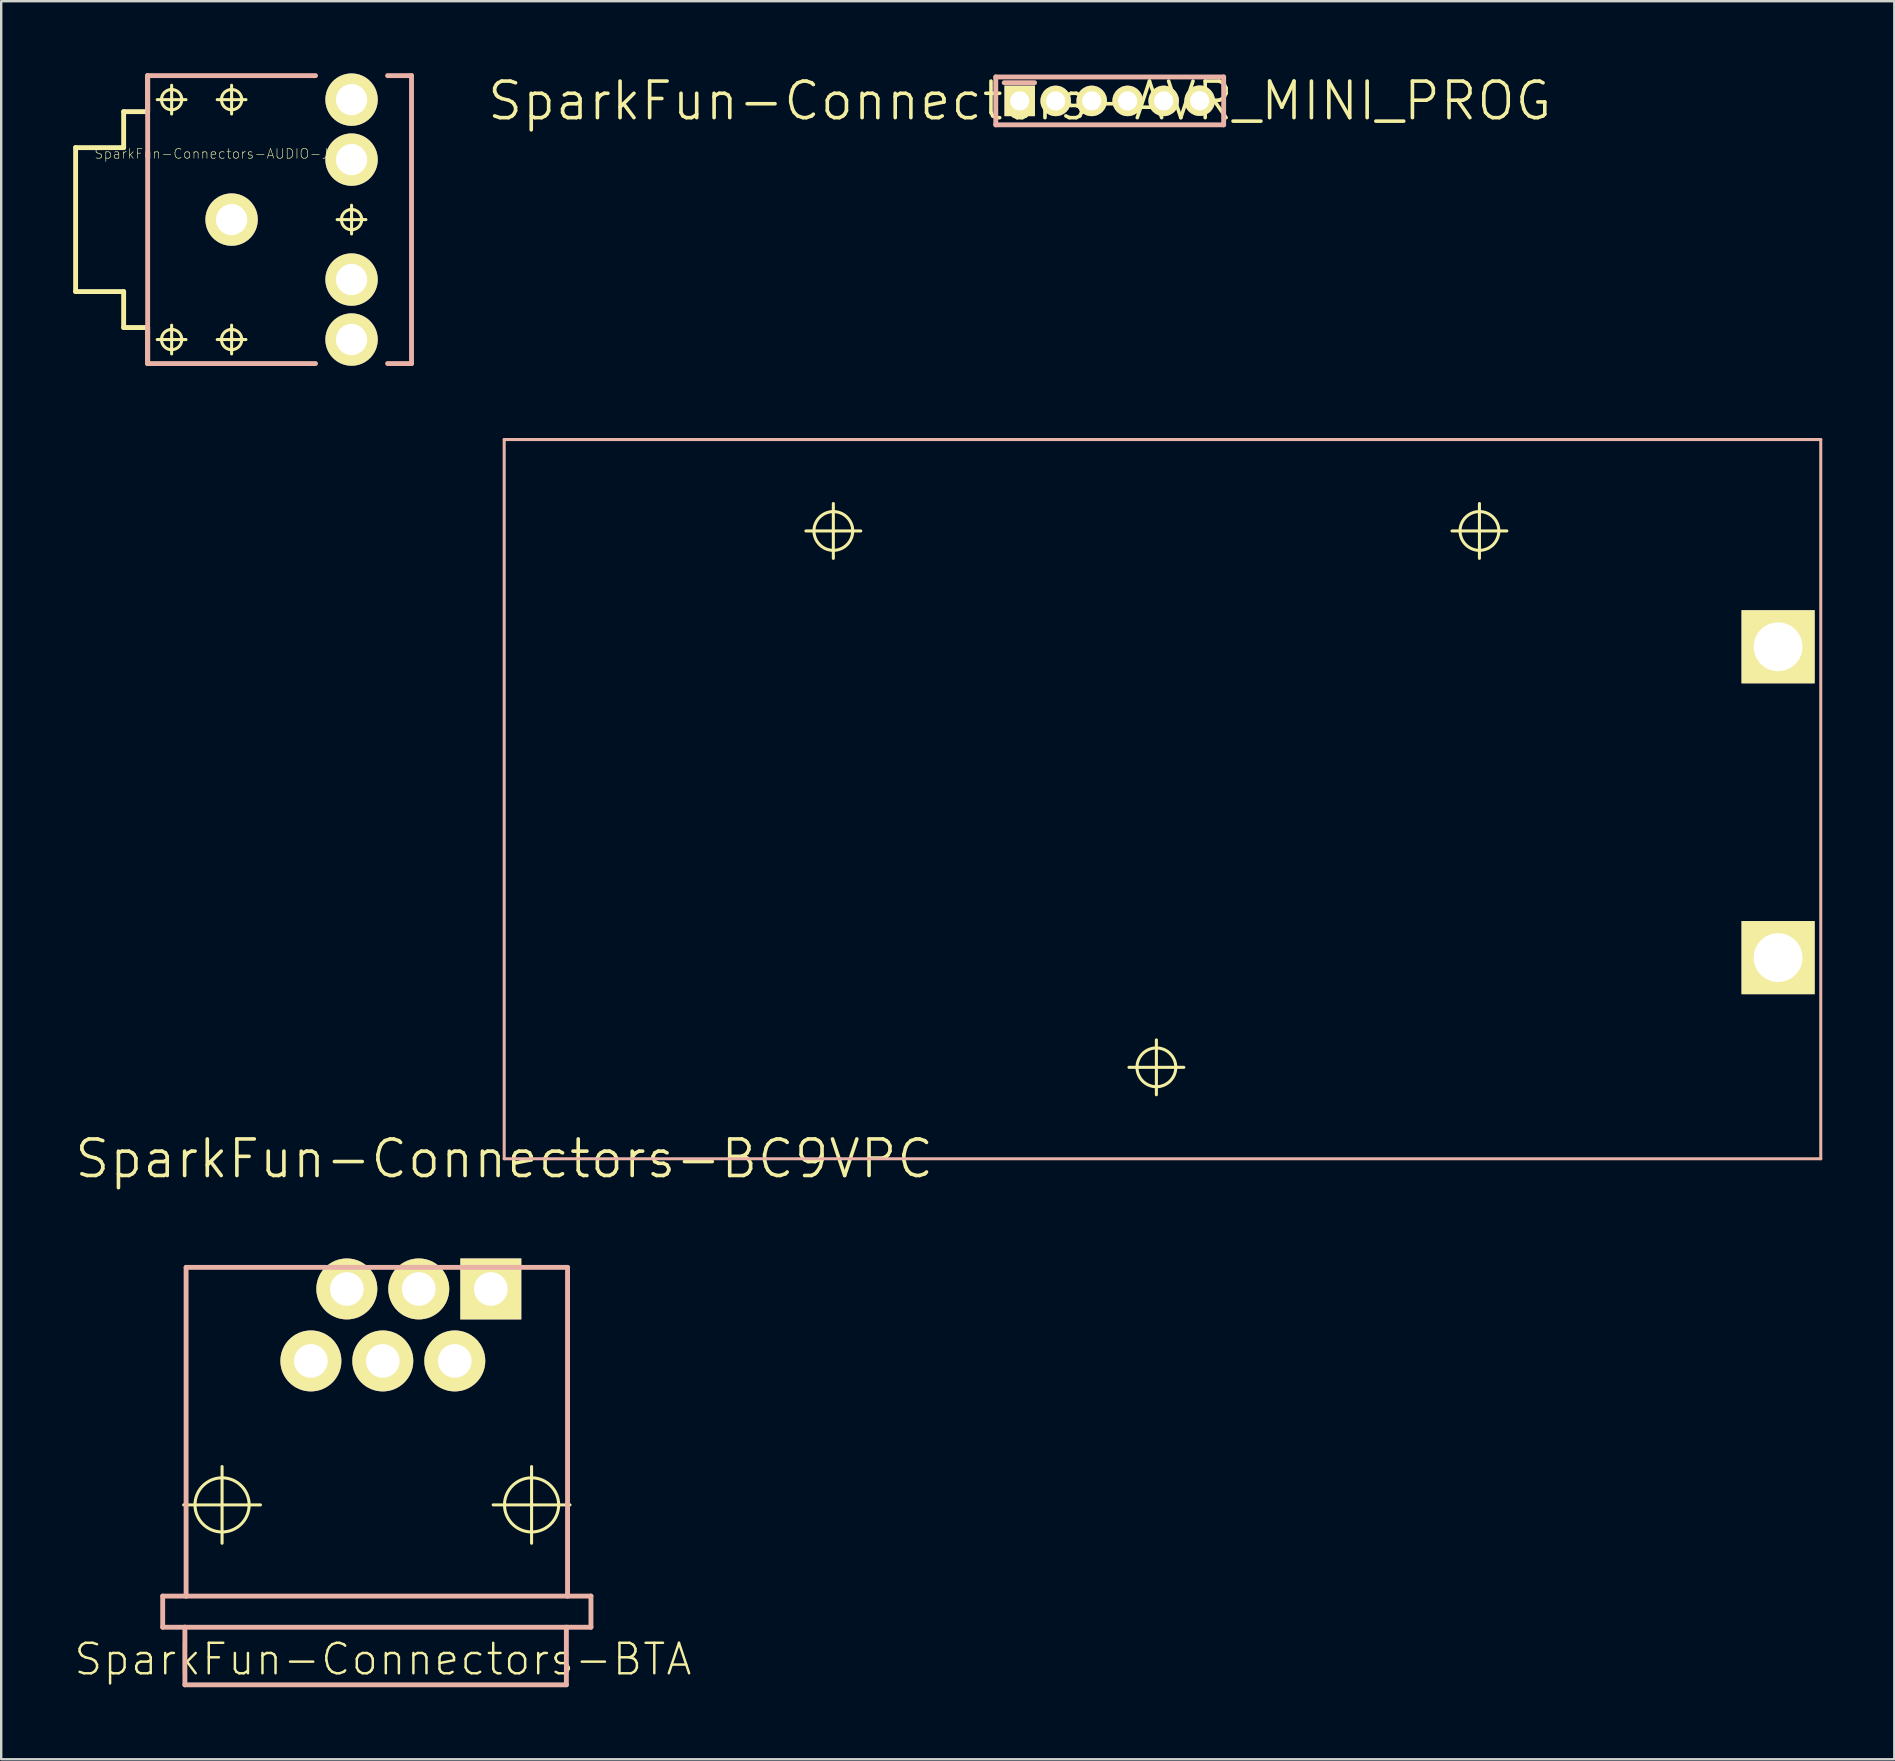
<source format=kicad_pcb>
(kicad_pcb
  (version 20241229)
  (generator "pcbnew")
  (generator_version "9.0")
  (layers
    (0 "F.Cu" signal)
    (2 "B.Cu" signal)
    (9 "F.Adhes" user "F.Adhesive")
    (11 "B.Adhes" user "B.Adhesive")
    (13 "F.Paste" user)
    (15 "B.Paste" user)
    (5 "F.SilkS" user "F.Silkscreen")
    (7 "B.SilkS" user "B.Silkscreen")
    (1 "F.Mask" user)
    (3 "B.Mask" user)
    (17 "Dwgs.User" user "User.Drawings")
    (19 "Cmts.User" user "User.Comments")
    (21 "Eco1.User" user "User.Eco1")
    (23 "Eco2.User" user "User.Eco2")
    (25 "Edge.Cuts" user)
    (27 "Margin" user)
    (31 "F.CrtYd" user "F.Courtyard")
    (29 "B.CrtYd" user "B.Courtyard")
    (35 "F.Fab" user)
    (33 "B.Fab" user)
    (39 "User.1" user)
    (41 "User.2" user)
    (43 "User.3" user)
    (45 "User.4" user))
  (footprint "SparkFun-Connectors-BC9VPC"
    (layer "F.Cu")
    (at 17.961 45.238)
    (property "Reference" "SparkFun-Connectors-BC9VPC" (at 0 0 0) (layer "F.SilkS") (effects (font (size 1.524 1.524) (thickness 0.15))))
    (attr exclude_from_pos_files exclude_from_bom)
    (fp_line (start 12.573 -26.162) (end 14.859 -26.162) (stroke (width 0.127) (type solid)) (layer "F.SilkS"))
    (fp_line (start 13.716 -25.019) (end 13.716 -27.305) (stroke (width 0.127) (type solid)) (layer "F.SilkS"))
    (fp_line (start 26.035 -3.81) (end 28.321 -3.81) (stroke (width 0.127) (type solid)) (layer "F.SilkS"))
    (fp_line (start 27.178 -2.667) (end 27.178 -4.953) (stroke (width 0.127) (type solid)) (layer "F.SilkS"))
    (fp_line (start 39.497 -26.162) (end 41.783 -26.162) (stroke (width 0.127) (type solid)) (layer "F.SilkS"))
    (fp_line (start 40.64 -25.019) (end 40.64 -27.305) (stroke (width 0.127) (type solid)) (layer "F.SilkS"))
    (fp_circle (center 13.716 -26.162) (end 14.287 -26.733) (stroke (width 0.127) (type solid)) (fill no) (layer "F.SilkS"))
    (fp_circle (center 27.178 -3.81) (end 27.75 -4.381) (stroke (width 0.127) (type solid)) (fill no) (layer "F.SilkS"))
    (fp_circle (center 40.64 -26.162) (end 41.212 -26.733) (stroke (width 0.127) (type solid)) (fill no) (layer "F.SilkS"))
    (fp_line (start 0 -29.972) (end 54.864 -29.972) (stroke (width 0.127) (type solid)) (layer "B.SilkS"))
    (fp_line (start 0 0) (end 0 -29.972) (stroke (width 0.127) (type solid)) (layer "B.SilkS"))
    (fp_line (start 54.864 -29.972) (end 54.864 0) (stroke (width 0.127) (type solid)) (layer "B.SilkS"))
    (fp_line (start 54.864 0) (end 0 0) (stroke (width 0.127) (type solid)) (layer "B.SilkS"))
    (pad "V+" thru_hole rect (at 53.086 -21.336) (size 3.048 3.048) (drill 2.032) (layers "*.Cu" "F.Mask" "F.SilkS" "F.Paste"))
    (pad "V-" thru_hole rect (at 53.086 -8.382) (size 3.048 3.048) (drill 2.032) (layers "*.Cu" "F.Mask" "F.SilkS" "F.Paste")))
  (footprint "SparkFun-Connectors-AVR_MINI_PROG"
    (layer "F.Cu")
    (at 39.444 1.155)
    (property "Reference" "SparkFun-Connectors-AVR_MINI_PROG" (at 0 0 0) (layer "F.SilkS") (effects (font (size 1.524 1.524) (thickness 0.15))))
    (attr exclude_from_pos_files exclude_from_bom)
    (fp_line (start -0.998 -0.998) (end -0.998 0.998) (stroke (width 0.203) (type solid)) (layer "B.SilkS"))
    (fp_line (start -0.998 0.998) (end 8.499 0.998) (stroke (width 0.203) (type solid)) (layer "B.SilkS"))
    (fp_line (start 0.62 -0.759) (end -0.648 -0.759) (stroke (width 0.203) (type solid)) (layer "B.SilkS"))
    (fp_line (start 8.499 -0.998) (end -0.998 -0.998) (stroke (width 0.203) (type solid)) (layer "B.SilkS"))
    (fp_line (start 8.499 0.998) (end 8.499 -0.998) (stroke (width 0.203) (type solid)) (layer "B.SilkS"))
    (pad "1" thru_hole rect (at 0 0) (size 1.27 1.27) (drill 0.798) (layers "*.Cu" "F.Mask" "F.SilkS" "F.Paste"))
    (pad "2" thru_hole circle (at 1.499 0) (size 1.27 1.27) (drill 0.798) (layers "*.Cu" "F.Mask" "F.SilkS" "F.Paste"))
    (pad "3" thru_hole circle (at 3 0) (size 1.27 1.27) (drill 0.798) (layers "*.Cu" "F.Mask" "F.SilkS" "F.Paste"))
    (pad "4" thru_hole circle (at 4.498 0) (size 1.27 1.27) (drill 0.798) (layers "*.Cu" "F.Mask" "F.SilkS" "F.Paste"))
    (pad "5" thru_hole circle (at 5.999 0) (size 1.27 1.27) (drill 0.798) (layers "*.Cu" "F.Mask" "F.SilkS" "F.Paste"))
    (pad "6" thru_hole circle (at 7.498 -0.008) (size 1.27 1.27) (drill 0.798) (layers "*.Cu" "F.Mask" "F.SilkS" "F.Paste")))
  (footprint "SparkFun-Connectors-AUDIO-JACK"
    (layer "F.Cu")
    (at 6.601 6.101)
    (property "Reference" "SparkFun-Connectors-AUDIO-JACK" (at -0.254 -2.743 0) (layer "F.SilkS") (effects (font (size 0.406 0.406) (thickness 0.025))))
    (attr exclude_from_pos_files exclude_from_bom)
    (fp_line (start -6.5 -3) (end -6.5 3) (stroke (width 0.203) (type solid)) (layer "F.SilkS"))
    (fp_line (start -6.5 -3) (end -4.498 -3) (stroke (width 0.203) (type solid)) (layer "F.SilkS"))
    (fp_line (start -6.5 3) (end -4.498 3) (stroke (width 0.203) (type solid)) (layer "F.SilkS"))
    (fp_line (start -4.498 -4.498) (end -4.498 -3) (stroke (width 0.203) (type solid)) (layer "F.SilkS"))
    (fp_line (start -4.498 -4.498) (end -3.498 -4.498) (stroke (width 0.203) (type solid)) (layer "F.SilkS"))
    (fp_line (start -4.498 3) (end -4.498 4.498) (stroke (width 0.203) (type solid)) (layer "F.SilkS"))
    (fp_line (start -4.498 4.498) (end -3.498 4.498) (stroke (width 0.203) (type solid)) (layer "F.SilkS"))
    (fp_line (start -3.498 -5.999) (end -3.498 -4.498) (stroke (width 0.203) (type solid)) (layer "F.SilkS"))
    (fp_line (start -3.498 4.498) (end -3.498 5.999) (stroke (width 0.203) (type solid)) (layer "F.SilkS"))
    (fp_line (start -3.099 -4.999) (end -1.9 -4.999) (stroke (width 0.127) (type solid)) (layer "F.SilkS"))
    (fp_line (start -3.099 4.999) (end -1.9 4.999) (stroke (width 0.127) (type solid)) (layer "F.SilkS"))
    (fp_line (start -2.499 -4.399) (end -2.499 -5.598) (stroke (width 0.127) (type solid)) (layer "F.SilkS"))
    (fp_line (start -2.499 5.598) (end -2.499 4.399) (stroke (width 0.127) (type solid)) (layer "F.SilkS"))
    (fp_line (start -0.599 -4.999) (end 0.599 -4.999) (stroke (width 0.127) (type solid)) (layer "F.SilkS"))
    (fp_line (start -0.599 4.999) (end 0.599 4.999) (stroke (width 0.127) (type solid)) (layer "F.SilkS"))
    (fp_line (start 0 -4.399) (end 0 -5.598) (stroke (width 0.127) (type solid)) (layer "F.SilkS"))
    (fp_line (start 0 5.598) (end 0 4.399) (stroke (width 0.127) (type solid)) (layer "F.SilkS"))
    (fp_line (start 4.399 0) (end 5.598 0) (stroke (width 0.127) (type solid)) (layer "F.SilkS"))
    (fp_line (start 4.999 0.599) (end 4.999 -0.599) (stroke (width 0.127) (type solid)) (layer "F.SilkS"))
    (fp_circle (center -2.499 -4.999) (end -2.799 -5.298) (stroke (width 0.127) (type solid)) (fill no) (layer "F.SilkS"))
    (fp_circle (center -2.499 4.999) (end -2.799 5.298) (stroke (width 0.127) (type solid)) (fill no) (layer "F.SilkS"))
    (fp_circle (center 0 -4.999) (end -0.3 -5.298) (stroke (width 0.127) (type solid)) (fill no) (layer "F.SilkS"))
    (fp_circle (center 0 4.999) (end -0.3 5.298) (stroke (width 0.127) (type solid)) (fill no) (layer "F.SilkS"))
    (fp_circle (center 4.999 0) (end 5.298 0.3) (stroke (width 0.127) (type solid)) (fill no) (layer "F.SilkS"))
    (fp_line (start -3.498 -5.999) (end -3.498 5.999) (stroke (width 0.203) (type solid)) (layer "B.SilkS"))
    (fp_line (start -3.498 -5.999) (end 3.498 -5.999) (stroke (width 0.203) (type solid)) (layer "B.SilkS"))
    (fp_line (start -3.498 5.999) (end 3.498 5.999) (stroke (width 0.203) (type solid)) (layer "B.SilkS"))
    (fp_line (start 7.498 -5.999) (end 6.5 -5.999) (stroke (width 0.203) (type solid)) (layer "B.SilkS"))
    (fp_line (start 7.498 -5.999) (end 7.498 5.999) (stroke (width 0.203) (type solid)) (layer "B.SilkS"))
    (fp_line (start 7.498 5.999) (end 6.5 5.999) (stroke (width 0.203) (type solid)) (layer "B.SilkS"))
    (pad "RING" thru_hole circle (at 4.999 -4.999) (size 2.182 2.182) (drill 1.298) (layers "*.Cu" "F.Mask" "F.SilkS" "F.Paste"))
    (pad "RSH" thru_hole circle (at 4.999 -2.499) (size 2.182 2.182) (drill 1.298) (layers "*.Cu" "F.Mask" "F.SilkS" "F.Paste"))
    (pad "SLEE" thru_hole circle (at 0 0) (size 2.182 2.182) (drill 1.298) (layers "*.Cu" "F.Mask" "F.SilkS" "F.Paste"))
    (pad "TIP" thru_hole circle (at 4.999 4.999) (size 2.182 2.182) (drill 1.298) (layers "*.Cu" "F.Mask" "F.SilkS" "F.Paste"))
    (pad "TSH" thru_hole circle (at 4.999 2.499) (size 2.182 2.182) (drill 1.298) (layers "*.Cu" "F.Mask" "F.SilkS" "F.Paste")))
  (footprint "SparkFun-Connectors-BTA"
    (layer "F.Cu")
    (at 12.653 59.662)
    (property "Reference" "SparkFun-Connectors-BTA" (at 0.254 6.434 0) (layer "F.SilkS") (effects (font (size 1.27 1.27) (thickness 0.102))))
    (attr exclude_from_pos_files exclude_from_bom)
    (fp_line (start -8.049 0) (end -4.849 0) (stroke (width 0.127) (type solid)) (layer "F.SilkS"))
    (fp_line (start -6.449 1.598) (end -6.449 -1.598) (stroke (width 0.127) (type solid)) (layer "F.SilkS"))
    (fp_line (start 4.849 0) (end 8.049 0) (stroke (width 0.127) (type solid)) (layer "F.SilkS"))
    (fp_line (start 6.449 1.598) (end 6.449 -1.598) (stroke (width 0.127) (type solid)) (layer "F.SilkS"))
    (fp_circle (center -6.449 0) (end -7.247 0.798) (stroke (width 0.127) (type solid)) (fill no) (layer "F.SilkS"))
    (fp_circle (center 6.449 0) (end 7.247 0.798) (stroke (width 0.127) (type solid)) (fill no) (layer "F.SilkS"))
    (fp_line (start -8.923 3.8) (end -8.923 5.098) (stroke (width 0.203) (type solid)) (layer "B.SilkS"))
    (fp_line (start -8.923 3.8) (end -7.948 3.8) (stroke (width 0.203) (type solid)) (layer "B.SilkS"))
    (fp_line (start -8.923 5.098) (end -7.998 5.098) (stroke (width 0.203) (type solid)) (layer "B.SilkS"))
    (fp_line (start -7.998 5.098) (end 7.899 5.098) (stroke (width 0.203) (type solid)) (layer "B.SilkS"))
    (fp_line (start -7.998 7.498) (end -7.998 5.098) (stroke (width 0.203) (type solid)) (layer "B.SilkS"))
    (fp_line (start -7.998 7.498) (end 7.899 7.498) (stroke (width 0.203) (type solid)) (layer "B.SilkS"))
    (fp_line (start -7.948 -9.898) (end 7.948 -9.898) (stroke (width 0.203) (type solid)) (layer "B.SilkS"))
    (fp_line (start -7.948 3.8) (end -7.948 -9.898) (stroke (width 0.203) (type solid)) (layer "B.SilkS"))
    (fp_line (start -7.948 3.8) (end 7.948 3.8) (stroke (width 0.203) (type solid)) (layer "B.SilkS"))
    (fp_line (start 7.899 5.098) (end 8.923 5.098) (stroke (width 0.203) (type solid)) (layer "B.SilkS"))
    (fp_line (start 7.899 7.498) (end 7.899 5.098) (stroke (width 0.203) (type solid)) (layer "B.SilkS"))
    (fp_line (start 7.948 3.8) (end 7.948 -9.898) (stroke (width 0.203) (type solid)) (layer "B.SilkS"))
    (fp_line (start 7.948 3.8) (end 8.923 3.8) (stroke (width 0.203) (type solid)) (layer "B.SilkS"))
    (fp_line (start 8.923 3.8) (end 8.923 5.098) (stroke (width 0.203) (type solid)) (layer "B.SilkS"))
    (pad "1" thru_hole rect (at 4.75 -8.999) (size 2.54 2.54) (drill 1.4) (layers "*.Cu" "F.Mask" "F.SilkS" "F.Paste"))
    (pad "2" thru_hole circle (at 3.249 -5.999) (size 2.54 2.54) (drill 1.4) (layers "*.Cu" "F.Mask" "F.SilkS" "F.Paste"))
    (pad "3" thru_hole circle (at 1.748 -8.999) (size 2.54 2.54) (drill 1.4) (layers "*.Cu" "F.Mask" "F.SilkS" "F.Paste"))
    (pad "4" thru_hole circle (at 0.249 -5.999) (size 2.54 2.54) (drill 1.4) (layers "*.Cu" "F.Mask" "F.SilkS" "F.Paste"))
    (pad "5" thru_hole circle (at -1.25 -8.999) (size 2.54 2.54) (drill 1.4) (layers "*.Cu" "F.Mask" "F.SilkS" "F.Paste"))
    (pad "6" thru_hole circle (at -2.748 -5.999) (size 2.54 2.54) (drill 1.4) (layers "*.Cu" "F.Mask" "F.SilkS" "F.Paste")))
  (gr_rect
    (start -3 -3)
    (end 75.889 70.261)
    (stroke (width 0.1) (type default))
    (fill no)
    (layer "Edge.Cuts")))
</source>
